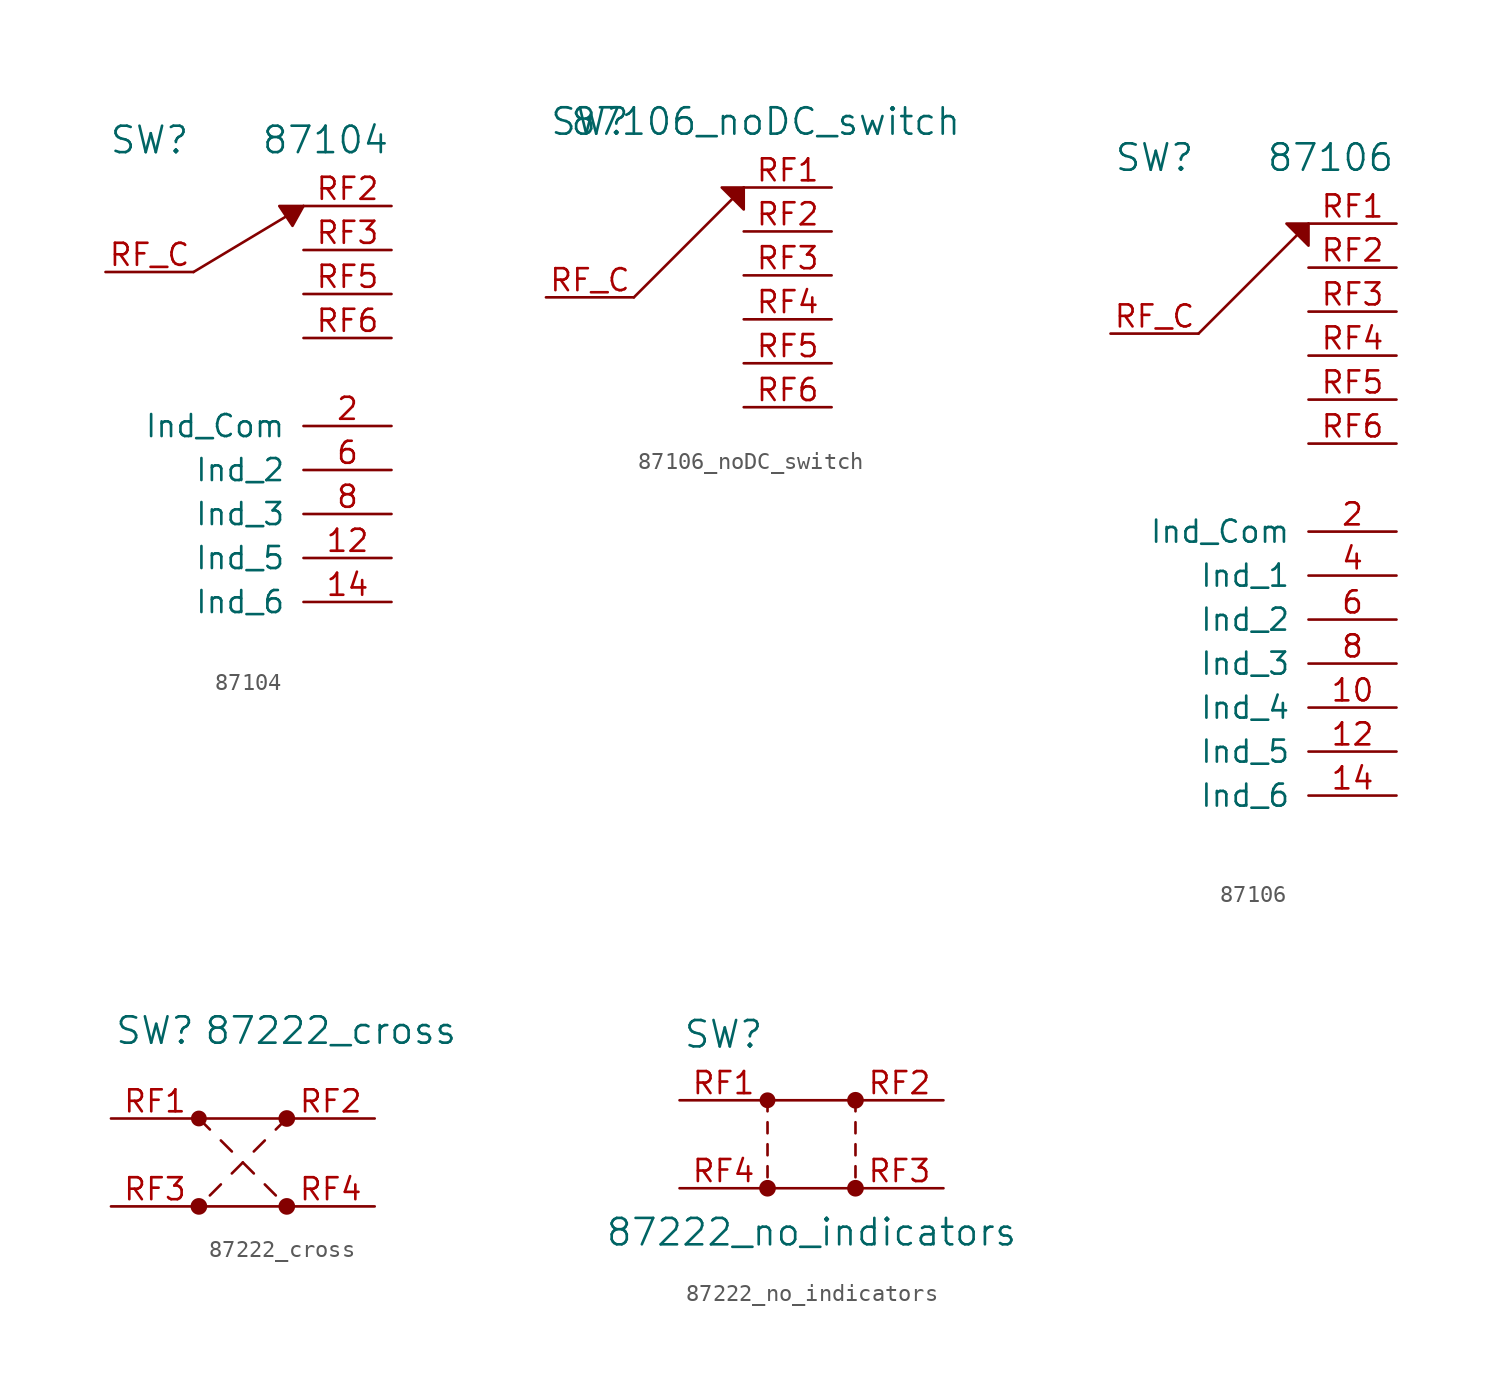
<source format=kicad_sym>
(kicad_symbol_lib
  (version 20211014)
  (generator kicad_symbol_editor)
  (symbol "87104"
    (pin_names
      (offset 1.016))
    (property "Reference" "SW"
      (at -6.35 13.97 0)
      (effects (font (size 1.524 1.524))))
    (property "Value" "87104"
      (at 3.81 13.97 0)
      (effects (font (size 1.524 1.524))))
    (property "Footprint" ""
      (at 0 6.35 0)
      (effects (font (size 1.524 1.524))))
    (property "Datasheet" ""
      (at 0 6.35 0)
      (effects (font (size 1.524 1.524))))
    (symbol "87104_0_1"
      (polyline (pts (xy 2.54 10.16) (xy -3.81 6.35)) (stroke (width 0) (type default) (color 0 0 0 0)) (fill (type none)))
      (polyline (pts (xy 2.54 10.16) (xy 1.143 10.16) (xy 1.905 9.017) (xy 2.54 10.16)) (stroke (width 0) (type default) (color 0 0 0 0)) (fill (type outline))))
    (symbol "87104_1_1"
      (pin input line (at 7.62 -10.16 180) (length 5.08) (name "Ind_5" (effects (font (size 1.27 1.27)))) (number "12" (effects (font (size 1.27 1.27)))))
      (pin input line (at 7.62 -12.7 180) (length 5.08) (name "Ind_6" (effects (font (size 1.27 1.27)))) (number "14" (effects (font (size 1.27 1.27)))))
      (pin input line (at 7.62 -2.54 180) (length 5.08) (name "Ind_Com" (effects (font (size 1.27 1.27)))) (number "2" (effects (font (size 1.27 1.27)))))
      (pin input line (at 7.62 -5.08 180) (length 5.08) (name "Ind_2" (effects (font (size 1.27 1.27)))) (number "6" (effects (font (size 1.27 1.27)))))
      (pin input line (at 7.62 -7.62 180) (length 5.08) (name "Ind_3" (effects (font (size 1.27 1.27)))) (number "8" (effects (font (size 1.27 1.27)))))
      (pin input line (at 7.62 10.16 180) (length 5.08) (name "~" (effects (font (size 1.27 1.27)))) (number "RF2" (effects (font (size 1.27 1.27)))))
      (pin input line (at 7.62 7.62 180) (length 5.08) (name "~" (effects (font (size 1.27 1.27)))) (number "RF3" (effects (font (size 1.27 1.27)))))
      (pin input line (at 7.62 5.08 180) (length 5.08) (name "~" (effects (font (size 1.27 1.27)))) (number "RF5" (effects (font (size 1.27 1.27)))))
      (pin input line (at 7.62 2.54 180) (length 5.08) (name "~" (effects (font (size 1.27 1.27)))) (number "RF6" (effects (font (size 1.27 1.27)))))
      (pin bidirectional line (at -8.89 6.35 0) (length 5.08) (name "~" (effects (font (size 1.27 1.27)))) (number "RF_C" (effects (font (size 1.27 1.27)))))))
  (symbol "87106_noDC_switch"
    (pin_names
      (offset 1.016))
    (property "Reference" "SW"
      (at -6.35 19.05 0)
      (effects (font (size 1.524 1.524))))
    (property "Value" "87106_noDC_switch"
      (at 3.81 19.05 0)
      (effects (font (size 1.524 1.524))))
    (property "Footprint" ""
      (at 0 8.89 0)
      (effects (font (size 1.524 1.524))))
    (property "Datasheet" ""
      (at 0 8.89 0)
      (effects (font (size 1.524 1.524))))
    (symbol "87106_noDC_switch_0_1"
      (polyline (pts (xy -3.81 8.89) (xy 2.54 15.24)) (stroke (width 0) (type default) (color 0 0 0 0)) (fill (type none)))
      (polyline (pts (xy 2.54 15.24) (xy 1.27 15.24) (xy 2.54 13.97) (xy 2.54 15.24)) (stroke (width 0) (type default) (color 0 0 0 0)) (fill (type outline))))
    (symbol "87106_noDC_switch_1_1"
      (pin input line (at 7.62 15.24 180) (length 5.08) (name "~" (effects (font (size 1.27 1.27)))) (number "RF1" (effects (font (size 1.27 1.27)))))
      (pin input line (at 7.62 12.7 180) (length 5.08) (name "~" (effects (font (size 1.27 1.27)))) (number "RF2" (effects (font (size 1.27 1.27)))))
      (pin input line (at 7.62 10.16 180) (length 5.08) (name "~" (effects (font (size 1.27 1.27)))) (number "RF3" (effects (font (size 1.27 1.27)))))
      (pin input line (at 7.62 7.62 180) (length 5.08) (name "~" (effects (font (size 1.27 1.27)))) (number "RF4" (effects (font (size 1.27 1.27)))))
      (pin input line (at 7.62 5.08 180) (length 5.08) (name "~" (effects (font (size 1.27 1.27)))) (number "RF5" (effects (font (size 1.27 1.27)))))
      (pin input line (at 7.62 2.54 180) (length 5.08) (name "~" (effects (font (size 1.27 1.27)))) (number "RF6" (effects (font (size 1.27 1.27)))))
      (pin bidirectional line (at -8.89 8.89 0) (length 5.08) (name "~" (effects (font (size 1.27 1.27)))) (number "RF_C" (effects (font (size 1.27 1.27)))))))
  (symbol "87106"
    (pin_names
      (offset 1.016))
    (property "Reference" "SW"
      (at -6.35 19.05 0)
      (effects (font (size 1.524 1.524))))
    (property "Value" "87106"
      (at 3.81 19.05 0)
      (effects (font (size 1.524 1.524))))
    (property "Footprint" ""
      (at 0 8.89 0)
      (effects (font (size 1.524 1.524))))
    (property "Datasheet" ""
      (at 0 8.89 0)
      (effects (font (size 1.524 1.524))))
    (symbol "87106_0_1"
      (polyline (pts (xy -3.81 8.89) (xy 2.54 15.24)) (stroke (width 0) (type default) (color 0 0 0 0)) (fill (type none)))
      (polyline (pts (xy 2.54 15.24) (xy 1.27 15.24) (xy 2.54 13.97) (xy 2.54 15.24)) (stroke (width 0) (type default) (color 0 0 0 0)) (fill (type outline))))
    (symbol "87106_1_1"
      (pin input line (at 7.62 -12.7 180) (length 5.08) (name "Ind_4" (effects (font (size 1.27 1.27)))) (number "10" (effects (font (size 1.27 1.27)))))
      (pin input line (at 7.62 -15.24 180) (length 5.08) (name "Ind_5" (effects (font (size 1.27 1.27)))) (number "12" (effects (font (size 1.27 1.27)))))
      (pin input line (at 7.62 -17.78 180) (length 5.08) (name "Ind_6" (effects (font (size 1.27 1.27)))) (number "14" (effects (font (size 1.27 1.27)))))
      (pin input line (at 7.62 -2.54 180) (length 5.08) (name "Ind_Com" (effects (font (size 1.27 1.27)))) (number "2" (effects (font (size 1.27 1.27)))))
      (pin input line (at 7.62 -5.08 180) (length 5.08) (name "Ind_1" (effects (font (size 1.27 1.27)))) (number "4" (effects (font (size 1.27 1.27)))))
      (pin input line (at 7.62 -7.62 180) (length 5.08) (name "Ind_2" (effects (font (size 1.27 1.27)))) (number "6" (effects (font (size 1.27 1.27)))))
      (pin input line (at 7.62 -10.16 180) (length 5.08) (name "Ind_3" (effects (font (size 1.27 1.27)))) (number "8" (effects (font (size 1.27 1.27)))))
      (pin input line (at 7.62 15.24 180) (length 5.08) (name "~" (effects (font (size 1.27 1.27)))) (number "RF1" (effects (font (size 1.27 1.27)))))
      (pin input line (at 7.62 12.7 180) (length 5.08) (name "~" (effects (font (size 1.27 1.27)))) (number "RF2" (effects (font (size 1.27 1.27)))))
      (pin input line (at 7.62 10.16 180) (length 5.08) (name "~" (effects (font (size 1.27 1.27)))) (number "RF3" (effects (font (size 1.27 1.27)))))
      (pin input line (at 7.62 7.62 180) (length 5.08) (name "~" (effects (font (size 1.27 1.27)))) (number "RF4" (effects (font (size 1.27 1.27)))))
      (pin input line (at 7.62 5.08 180) (length 5.08) (name "~" (effects (font (size 1.27 1.27)))) (number "RF5" (effects (font (size 1.27 1.27)))))
      (pin input line (at 7.62 2.54 180) (length 5.08) (name "~" (effects (font (size 1.27 1.27)))) (number "RF6" (effects (font (size 1.27 1.27)))))
      (pin bidirectional line (at -8.89 8.89 0) (length 5.08) (name "~" (effects (font (size 1.27 1.27)))) (number "RF_C" (effects (font (size 1.27 1.27)))))))
  (symbol "87222_cross"
    (pin_names
      (offset 1.016))
    (property "Reference" "SW"
      (at -5.08 10.16 0)
      (effects (font (size 1.524 1.524))))
    (property "Value" "87222_cross"
      (at 5.08 10.16 0)
      (effects (font (size 1.524 1.524))))
    (property "Footprint" ""
      (at 0 3.81 0)
      (effects (font (size 1.524 1.524))))
    (property "Datasheet" ""
      (at 0 3.81 0)
      (effects (font (size 1.524 1.524))))
    (symbol "87222_cross_0_1"
      (circle (center -2.54 0) (radius 0.406) (stroke (width 0) (type default) (color 0 0 0 0)) (fill (type outline)))
      (circle (center -2.54 5.08) (radius 0.381) (stroke (width 0) (type default) (color 0 0 0 0)) (fill (type outline)))
      (polyline (pts (xy -2.54 0) (xy 2.54 0)) (stroke (width 0) (type default) (color 0 0 0 0)) (fill (type none)))
      (polyline (pts (xy -2.54 5.08) (xy 2.54 5.08)) (stroke (width 0) (type default) (color 0 0 0 0)) (fill (type none)))
      (polyline (pts (xy -1.905 4.445) (xy -2.54 5.08)) (stroke (width 0) (type default) (color 0 0 0 0)) (fill (type none)))
      (polyline (pts (xy -1.27 1.27) (xy -1.905 0.635)) (stroke (width 0) (type default) (color 0 0 0 0)) (fill (type none)))
      (polyline (pts (xy -0.635 3.175) (xy -1.27 3.81)) (stroke (width 0) (type default) (color 0 0 0 0)) (fill (type none)))
      (polyline (pts (xy 0 2.54) (xy -0.635 1.905)) (stroke (width 0) (type default) (color 0 0 0 0)) (fill (type none)))
      (polyline (pts (xy 0.635 1.905) (xy 0 2.54)) (stroke (width 0) (type default) (color 0 0 0 0)) (fill (type none)))
      (polyline (pts (xy 1.27 1.27) (xy 1.905 0.635)) (stroke (width 0) (type default) (color 0 0 0 0)) (fill (type none)))
      (polyline (pts (xy 1.27 3.81) (xy 0.635 3.175)) (stroke (width 0) (type default) (color 0 0 0 0)) (fill (type none)))
      (polyline (pts (xy 2.54 5.08) (xy 1.905 4.445)) (stroke (width 0) (type default) (color 0 0 0 0)) (fill (type none)))
      (circle (center 2.54 0) (radius 0.406) (stroke (width 0) (type default) (color 0 0 0 0)) (fill (type outline)))
      (circle (center 2.54 5.08) (radius 0.406) (stroke (width 0) (type default) (color 0 0 0 0)) (fill (type outline))))
    (symbol "87222_cross_1_1"
      (pin input line (at -7.62 5.08 0) (length 5.08) (name "~" (effects (font (size 1.27 1.27)))) (number "RF1" (effects (font (size 1.27 1.27)))))
      (pin input line (at 7.62 5.08 180) (length 5.08) (name "~" (effects (font (size 1.27 1.27)))) (number "RF2" (effects (font (size 1.27 1.27)))))
      (pin input line (at -7.62 0 0) (length 5.08) (name "~" (effects (font (size 1.27 1.27)))) (number "RF3" (effects (font (size 1.27 1.27)))))
      (pin input line (at 7.62 0 180) (length 5.08) (name "~" (effects (font (size 1.27 1.27)))) (number "RF4" (effects (font (size 1.27 1.27)))))))
  (symbol "87222_no_indicators"
    (pin_names
      (offset 1.016))
    (property "Reference" "SW"
      (at -5.08 8.89 0)
      (effects (font (size 1.524 1.524))))
    (property "Value" "87222_no_indicators"
      (at 0 -2.54 0)
      (effects (font (size 1.524 1.524))))
    (property "Footprint" ""
      (at 0 3.81 0)
      (effects (font (size 1.524 1.524))))
    (property "Datasheet" ""
      (at 0 3.81 0)
      (effects (font (size 1.524 1.524))))
    (symbol "87222_no_indicators_0_1"
      (circle (center -2.54 0) (radius 0.406) (stroke (width 0) (type default) (color 0 0 0 0)) (fill (type outline)))
      (circle (center -2.54 5.08) (radius 0.381) (stroke (width 0) (type default) (color 0 0 0 0)) (fill (type outline)))
      (polyline (pts (xy -2.54 0) (xy 2.54 0)) (stroke (width 0) (type default) (color 0 0 0 0)) (fill (type none)))
      (polyline (pts (xy -2.54 1.27) (xy -2.54 0.635)) (stroke (width 0) (type default) (color 0 0 0 0)) (fill (type none)))
      (polyline (pts (xy -2.54 2.54) (xy -2.54 1.905)) (stroke (width 0) (type default) (color 0 0 0 0)) (fill (type none)))
      (polyline (pts (xy -2.54 3.81) (xy -2.54 3.175)) (stroke (width 0) (type default) (color 0 0 0 0)) (fill (type none)))
      (polyline (pts (xy -2.54 5.08) (xy -2.54 4.445)) (stroke (width 0) (type default) (color 0 0 0 0)) (fill (type none)))
      (polyline (pts (xy -2.54 5.08) (xy 2.54 5.08)) (stroke (width 0) (type default) (color 0 0 0 0)) (fill (type none)))
      (polyline (pts (xy 2.54 1.27) (xy 2.54 0.635)) (stroke (width 0) (type default) (color 0 0 0 0)) (fill (type none)))
      (polyline (pts (xy 2.54 2.54) (xy 2.54 1.905)) (stroke (width 0) (type default) (color 0 0 0 0)) (fill (type none)))
      (polyline (pts (xy 2.54 3.81) (xy 2.54 3.175)) (stroke (width 0) (type default) (color 0 0 0 0)) (fill (type none)))
      (polyline (pts (xy 2.54 5.08) (xy 2.54 4.445)) (stroke (width 0) (type default) (color 0 0 0 0)) (fill (type none)))
      (circle (center 2.54 0) (radius 0.406) (stroke (width 0) (type default) (color 0 0 0 0)) (fill (type outline)))
      (circle (center 2.54 5.08) (radius 0.406) (stroke (width 0) (type default) (color 0 0 0 0)) (fill (type outline))))
    (symbol "87222_no_indicators_1_1"
      (pin input line (at -7.62 5.08 0) (length 5.08) (name "~" (effects (font (size 1.27 1.27)))) (number "RF1" (effects (font (size 1.27 1.27)))))
      (pin input line (at 7.62 5.08 180) (length 5.08) (name "~" (effects (font (size 1.27 1.27)))) (number "RF2" (effects (font (size 1.27 1.27)))))
      (pin input line (at 7.62 0 180) (length 5.08) (name "~" (effects (font (size 1.27 1.27)))) (number "RF3" (effects (font (size 1.27 1.27)))))
      (pin input line (at -7.62 0 0) (length 5.08) (name "~" (effects (font (size 1.27 1.27)))) (number "RF4" (effects (font (size 1.27 1.27))))))))
</source>
